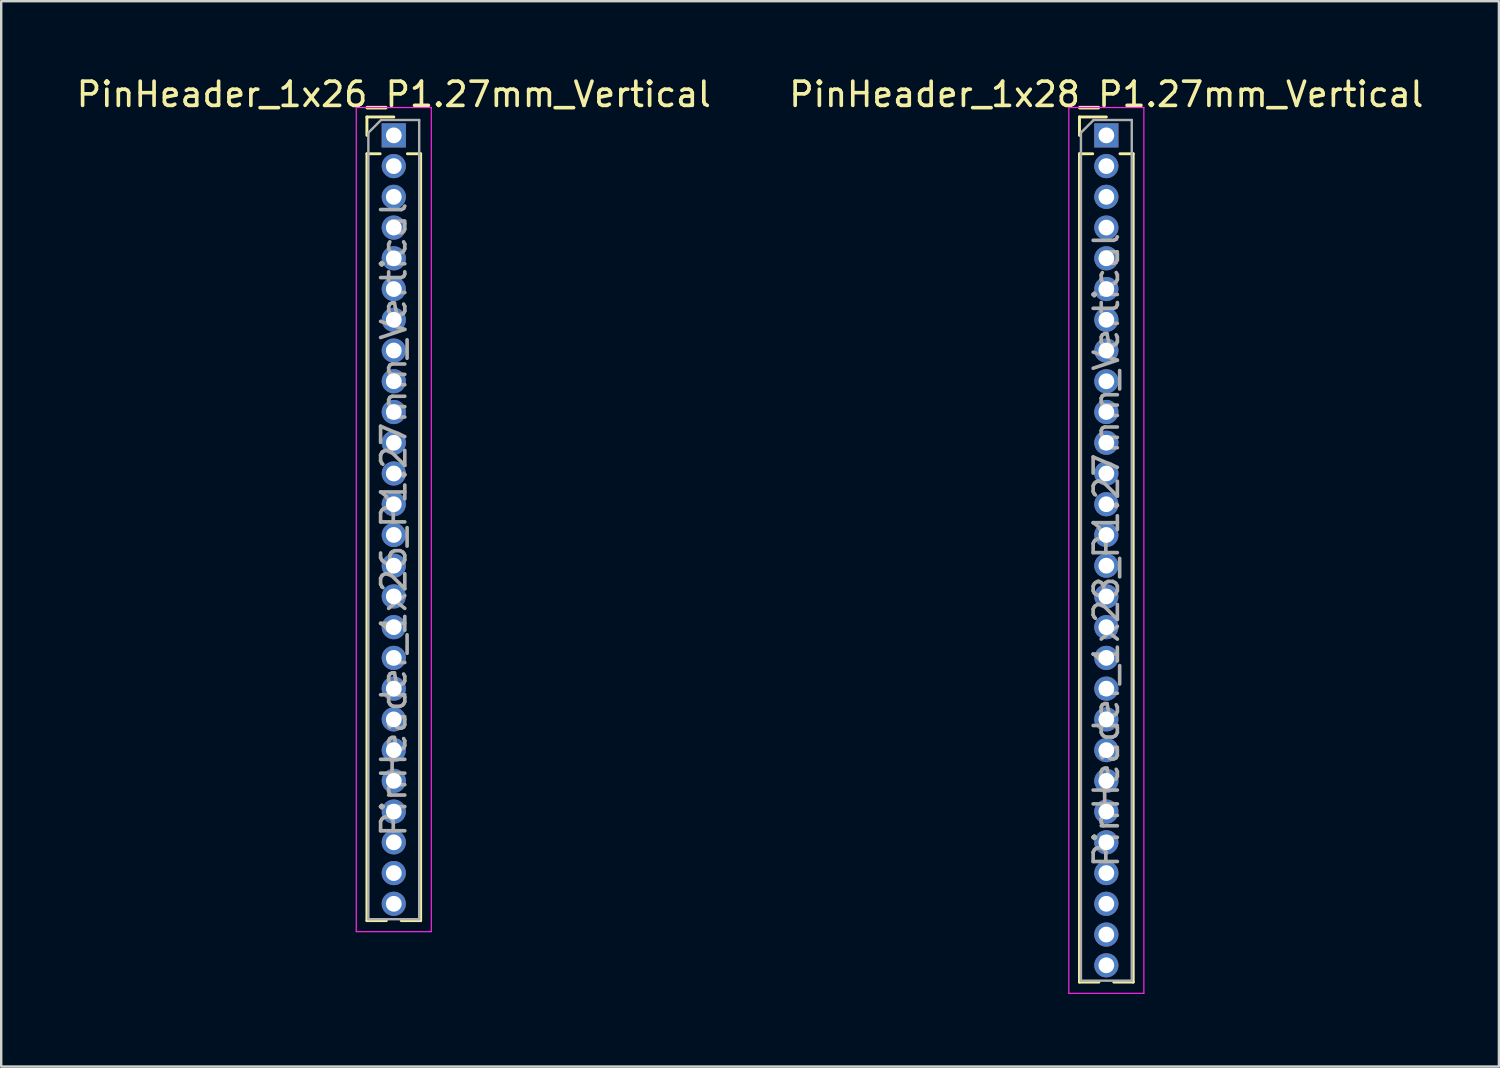
<source format=kicad_pcb>
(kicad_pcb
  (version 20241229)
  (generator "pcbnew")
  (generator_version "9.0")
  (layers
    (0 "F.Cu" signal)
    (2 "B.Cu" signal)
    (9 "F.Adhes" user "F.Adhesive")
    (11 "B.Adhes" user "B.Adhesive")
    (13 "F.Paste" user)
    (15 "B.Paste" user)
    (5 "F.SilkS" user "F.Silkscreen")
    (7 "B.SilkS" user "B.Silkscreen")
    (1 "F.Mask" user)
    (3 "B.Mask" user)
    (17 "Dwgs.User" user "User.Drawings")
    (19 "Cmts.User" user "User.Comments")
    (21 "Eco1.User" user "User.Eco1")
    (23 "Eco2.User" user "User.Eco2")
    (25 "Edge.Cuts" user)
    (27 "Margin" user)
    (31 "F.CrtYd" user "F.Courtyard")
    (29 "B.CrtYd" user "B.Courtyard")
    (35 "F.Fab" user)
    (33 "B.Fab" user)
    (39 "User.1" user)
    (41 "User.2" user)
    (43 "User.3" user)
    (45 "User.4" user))
  (footprint "PinHeader_1x28_P1.27mm_Vertical"
    (layer "F.Cu")
    (at 42.661 2.543)
    (property "Reference" "PinHeader_1x28_P1.27mm_Vertical" (at 0 -1.695 0) (layer "F.SilkS") (effects (font (size 1 1) (thickness 0.15))))
    (attr through_hole)
    (fp_line (start -1.11 -0.76) (end 0 -0.76) (stroke (width 0.12) (type solid)) (layer "F.SilkS"))
    (fp_line (start -1.11 0) (end -1.11 -0.76) (stroke (width 0.12) (type solid)) (layer "F.SilkS"))
    (fp_line (start -1.11 0.76) (end -1.11 34.985) (stroke (width 0.12) (type solid)) (layer "F.SilkS"))
    (fp_line (start -1.11 0.76) (end -0.563 0.76) (stroke (width 0.12) (type solid)) (layer "F.SilkS"))
    (fp_line (start -1.11 34.985) (end -0.308 34.985) (stroke (width 0.12) (type solid)) (layer "F.SilkS"))
    (fp_line (start 0.308 34.985) (end 1.11 34.985) (stroke (width 0.12) (type solid)) (layer "F.SilkS"))
    (fp_line (start 0.563 0.76) (end 1.11 0.76) (stroke (width 0.12) (type solid)) (layer "F.SilkS"))
    (fp_line (start 1.11 0.76) (end 1.11 34.985) (stroke (width 0.12) (type solid)) (layer "F.SilkS"))
    (fp_line (start -1.55 -1.15) (end -1.55 35.45) (stroke (width 0.05) (type solid)) (layer "F.CrtYd"))
    (fp_line (start -1.55 35.45) (end 1.55 35.45) (stroke (width 0.05) (type solid)) (layer "F.CrtYd"))
    (fp_line (start 1.55 -1.15) (end -1.55 -1.15) (stroke (width 0.05) (type solid)) (layer "F.CrtYd"))
    (fp_line (start 1.55 35.45) (end 1.55 -1.15) (stroke (width 0.05) (type solid)) (layer "F.CrtYd"))
    (fp_line (start -1.05 -0.11) (end -0.525 -0.635) (stroke (width 0.1) (type solid)) (layer "F.Fab"))
    (fp_line (start -1.05 34.925) (end -1.05 -0.11) (stroke (width 0.1) (type solid)) (layer "F.Fab"))
    (fp_line (start -0.525 -0.635) (end 1.05 -0.635) (stroke (width 0.1) (type solid)) (layer "F.Fab"))
    (fp_line (start 1.05 -0.635) (end 1.05 34.925) (stroke (width 0.1) (type solid)) (layer "F.Fab"))
    (fp_line (start 1.05 34.925) (end -1.05 34.925) (stroke (width 0.1) (type solid)) (layer "F.Fab"))
    (fp_text user "${REFERENCE}" (at 0 17.145 90) (layer "F.Fab") (effects (font (size 1 1) (thickness 0.15))))
    (pad "1" thru_hole rect (at 0 0) (size 1 1) (drill 0.65) (layers "*.Cu" "*.Mask"))
    (pad "2" thru_hole oval (at 0 1.27) (size 1 1) (drill 0.65) (layers "*.Cu" "*.Mask"))
    (pad "3" thru_hole oval (at 0 2.54) (size 1 1) (drill 0.65) (layers "*.Cu" "*.Mask"))
    (pad "4" thru_hole oval (at 0 3.81) (size 1 1) (drill 0.65) (layers "*.Cu" "*.Mask"))
    (pad "5" thru_hole oval (at 0 5.08) (size 1 1) (drill 0.65) (layers "*.Cu" "*.Mask"))
    (pad "6" thru_hole oval (at 0 6.35) (size 1 1) (drill 0.65) (layers "*.Cu" "*.Mask"))
    (pad "7" thru_hole oval (at 0 7.62) (size 1 1) (drill 0.65) (layers "*.Cu" "*.Mask"))
    (pad "8" thru_hole oval (at 0 8.89) (size 1 1) (drill 0.65) (layers "*.Cu" "*.Mask"))
    (pad "9" thru_hole oval (at 0 10.16) (size 1 1) (drill 0.65) (layers "*.Cu" "*.Mask"))
    (pad "10" thru_hole oval (at 0 11.43) (size 1 1) (drill 0.65) (layers "*.Cu" "*.Mask"))
    (pad "11" thru_hole oval (at 0 12.7) (size 1 1) (drill 0.65) (layers "*.Cu" "*.Mask"))
    (pad "12" thru_hole oval (at 0 13.97) (size 1 1) (drill 0.65) (layers "*.Cu" "*.Mask"))
    (pad "13" thru_hole oval (at 0 15.24) (size 1 1) (drill 0.65) (layers "*.Cu" "*.Mask"))
    (pad "14" thru_hole oval (at 0 16.51) (size 1 1) (drill 0.65) (layers "*.Cu" "*.Mask"))
    (pad "15" thru_hole oval (at 0 17.78) (size 1 1) (drill 0.65) (layers "*.Cu" "*.Mask"))
    (pad "16" thru_hole oval (at 0 19.05) (size 1 1) (drill 0.65) (layers "*.Cu" "*.Mask"))
    (pad "17" thru_hole oval (at 0 20.32) (size 1 1) (drill 0.65) (layers "*.Cu" "*.Mask"))
    (pad "18" thru_hole oval (at 0 21.59) (size 1 1) (drill 0.65) (layers "*.Cu" "*.Mask"))
    (pad "19" thru_hole oval (at 0 22.86) (size 1 1) (drill 0.65) (layers "*.Cu" "*.Mask"))
    (pad "20" thru_hole oval (at 0 24.13) (size 1 1) (drill 0.65) (layers "*.Cu" "*.Mask"))
    (pad "21" thru_hole oval (at 0 25.4) (size 1 1) (drill 0.65) (layers "*.Cu" "*.Mask"))
    (pad "22" thru_hole oval (at 0 26.67) (size 1 1) (drill 0.65) (layers "*.Cu" "*.Mask"))
    (pad "23" thru_hole oval (at 0 27.94) (size 1 1) (drill 0.65) (layers "*.Cu" "*.Mask"))
    (pad "24" thru_hole oval (at 0 29.21) (size 1 1) (drill 0.65) (layers "*.Cu" "*.Mask"))
    (pad "25" thru_hole oval (at 0 30.48) (size 1 1) (drill 0.65) (layers "*.Cu" "*.Mask"))
    (pad "26" thru_hole oval (at 0 31.75) (size 1 1) (drill 0.65) (layers "*.Cu" "*.Mask"))
    (pad "27" thru_hole oval (at 0 33.02) (size 1 1) (drill 0.65) (layers "*.Cu" "*.Mask"))
    (pad "28" thru_hole oval (at 0 34.29) (size 1 1) (drill 0.65) (layers "*.Cu" "*.Mask")))
  (footprint "PinHeader_1x26_P1.27mm_Vertical"
    (layer "F.Cu")
    (at 13.22 2.543)
    (property "Reference" "PinHeader_1x26_P1.27mm_Vertical" (at 0 -1.695 0) (layer "F.SilkS") (effects (font (size 1 1) (thickness 0.15))))
    (attr through_hole)
    (fp_line (start -1.11 -0.76) (end 0 -0.76) (stroke (width 0.12) (type solid)) (layer "F.SilkS"))
    (fp_line (start -1.11 0) (end -1.11 -0.76) (stroke (width 0.12) (type solid)) (layer "F.SilkS"))
    (fp_line (start -1.11 0.76) (end -1.11 32.445) (stroke (width 0.12) (type solid)) (layer "F.SilkS"))
    (fp_line (start -1.11 0.76) (end -0.563 0.76) (stroke (width 0.12) (type solid)) (layer "F.SilkS"))
    (fp_line (start -1.11 32.445) (end -0.308 32.445) (stroke (width 0.12) (type solid)) (layer "F.SilkS"))
    (fp_line (start 0.308 32.445) (end 1.11 32.445) (stroke (width 0.12) (type solid)) (layer "F.SilkS"))
    (fp_line (start 0.563 0.76) (end 1.11 0.76) (stroke (width 0.12) (type solid)) (layer "F.SilkS"))
    (fp_line (start 1.11 0.76) (end 1.11 32.445) (stroke (width 0.12) (type solid)) (layer "F.SilkS"))
    (fp_line (start -1.55 -1.15) (end -1.55 32.9) (stroke (width 0.05) (type solid)) (layer "F.CrtYd"))
    (fp_line (start -1.55 32.9) (end 1.55 32.9) (stroke (width 0.05) (type solid)) (layer "F.CrtYd"))
    (fp_line (start 1.55 -1.15) (end -1.55 -1.15) (stroke (width 0.05) (type solid)) (layer "F.CrtYd"))
    (fp_line (start 1.55 32.9) (end 1.55 -1.15) (stroke (width 0.05) (type solid)) (layer "F.CrtYd"))
    (fp_line (start -1.05 -0.11) (end -0.525 -0.635) (stroke (width 0.1) (type solid)) (layer "F.Fab"))
    (fp_line (start -1.05 32.385) (end -1.05 -0.11) (stroke (width 0.1) (type solid)) (layer "F.Fab"))
    (fp_line (start -0.525 -0.635) (end 1.05 -0.635) (stroke (width 0.1) (type solid)) (layer "F.Fab"))
    (fp_line (start 1.05 -0.635) (end 1.05 32.385) (stroke (width 0.1) (type solid)) (layer "F.Fab"))
    (fp_line (start 1.05 32.385) (end -1.05 32.385) (stroke (width 0.1) (type solid)) (layer "F.Fab"))
    (fp_text user "${REFERENCE}" (at 0 15.875 90) (layer "F.Fab") (effects (font (size 1 1) (thickness 0.15))))
    (pad "1" thru_hole rect (at 0 0) (size 1 1) (drill 0.65) (layers "*.Cu" "*.Mask"))
    (pad "2" thru_hole oval (at 0 1.27) (size 1 1) (drill 0.65) (layers "*.Cu" "*.Mask"))
    (pad "3" thru_hole oval (at 0 2.54) (size 1 1) (drill 0.65) (layers "*.Cu" "*.Mask"))
    (pad "4" thru_hole oval (at 0 3.81) (size 1 1) (drill 0.65) (layers "*.Cu" "*.Mask"))
    (pad "5" thru_hole oval (at 0 5.08) (size 1 1) (drill 0.65) (layers "*.Cu" "*.Mask"))
    (pad "6" thru_hole oval (at 0 6.35) (size 1 1) (drill 0.65) (layers "*.Cu" "*.Mask"))
    (pad "7" thru_hole oval (at 0 7.62) (size 1 1) (drill 0.65) (layers "*.Cu" "*.Mask"))
    (pad "8" thru_hole oval (at 0 8.89) (size 1 1) (drill 0.65) (layers "*.Cu" "*.Mask"))
    (pad "9" thru_hole oval (at 0 10.16) (size 1 1) (drill 0.65) (layers "*.Cu" "*.Mask"))
    (pad "10" thru_hole oval (at 0 11.43) (size 1 1) (drill 0.65) (layers "*.Cu" "*.Mask"))
    (pad "11" thru_hole oval (at 0 12.7) (size 1 1) (drill 0.65) (layers "*.Cu" "*.Mask"))
    (pad "12" thru_hole oval (at 0 13.97) (size 1 1) (drill 0.65) (layers "*.Cu" "*.Mask"))
    (pad "13" thru_hole oval (at 0 15.24) (size 1 1) (drill 0.65) (layers "*.Cu" "*.Mask"))
    (pad "14" thru_hole oval (at 0 16.51) (size 1 1) (drill 0.65) (layers "*.Cu" "*.Mask"))
    (pad "15" thru_hole oval (at 0 17.78) (size 1 1) (drill 0.65) (layers "*.Cu" "*.Mask"))
    (pad "16" thru_hole oval (at 0 19.05) (size 1 1) (drill 0.65) (layers "*.Cu" "*.Mask"))
    (pad "17" thru_hole oval (at 0 20.32) (size 1 1) (drill 0.65) (layers "*.Cu" "*.Mask"))
    (pad "18" thru_hole oval (at 0 21.59) (size 1 1) (drill 0.65) (layers "*.Cu" "*.Mask"))
    (pad "19" thru_hole oval (at 0 22.86) (size 1 1) (drill 0.65) (layers "*.Cu" "*.Mask"))
    (pad "20" thru_hole oval (at 0 24.13) (size 1 1) (drill 0.65) (layers "*.Cu" "*.Mask"))
    (pad "21" thru_hole oval (at 0 25.4) (size 1 1) (drill 0.65) (layers "*.Cu" "*.Mask"))
    (pad "22" thru_hole oval (at 0 26.67) (size 1 1) (drill 0.65) (layers "*.Cu" "*.Mask"))
    (pad "23" thru_hole oval (at 0 27.94) (size 1 1) (drill 0.65) (layers "*.Cu" "*.Mask"))
    (pad "24" thru_hole oval (at 0 29.21) (size 1 1) (drill 0.65) (layers "*.Cu" "*.Mask"))
    (pad "25" thru_hole oval (at 0 30.48) (size 1 1) (drill 0.65) (layers "*.Cu" "*.Mask"))
    (pad "26" thru_hole oval (at 0 31.75) (size 1 1) (drill 0.65) (layers "*.Cu" "*.Mask")))
  (gr_rect
    (start -3 -3)
    (end 58.881 41.018)
    (stroke (width 0.1) (type default))
    (fill no)
    (layer "Edge.Cuts")))
</source>
